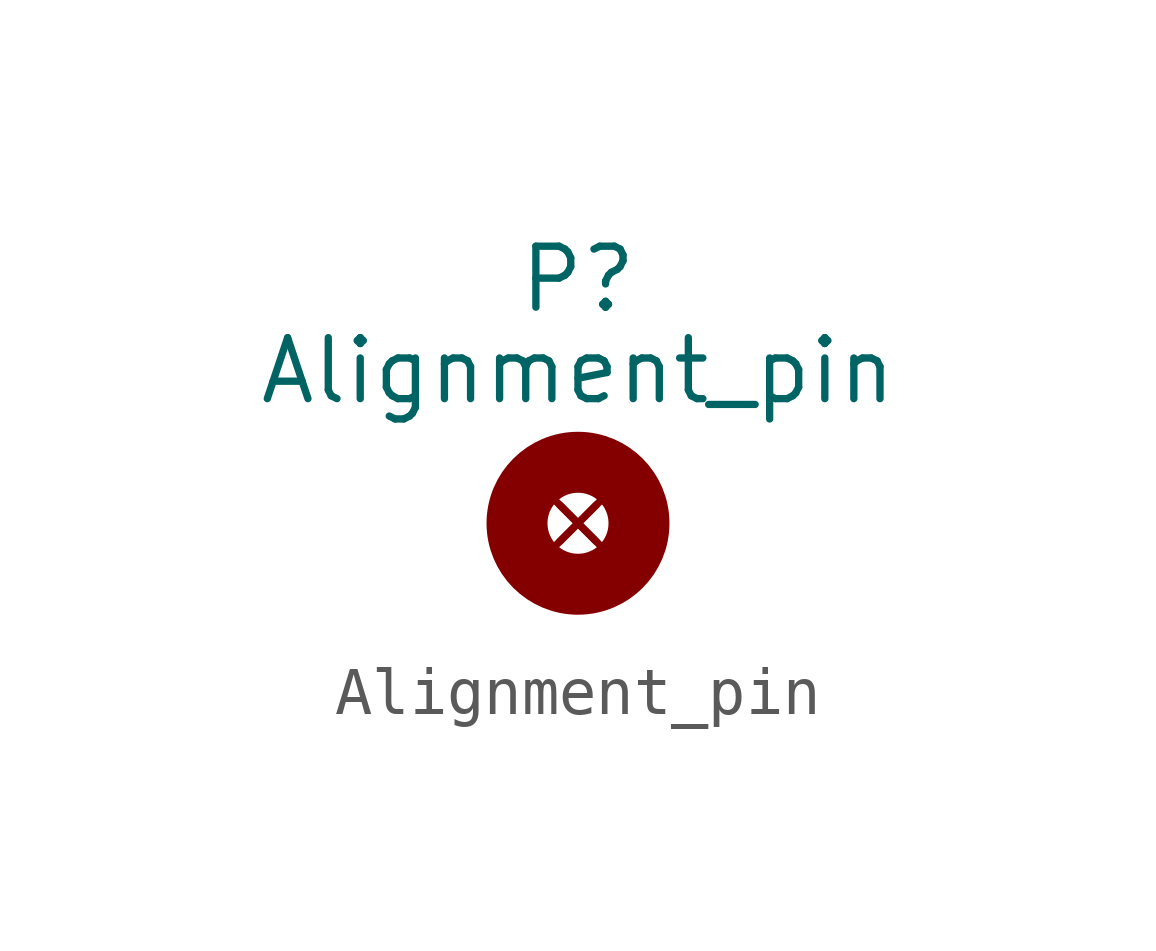
<source format=kicad_sym>
(kicad_symbol_lib
  (version 20231120)
  (generator "kicad_symbol_editor")
  (generator_version "8.0")
  (symbol "Alignment_pin"
    (pin_numbers hide)
    (pin_names
      (offset 1.016) hide)
    (property "Reference" "P"
      (at 0 6.35 0)
      (effects (font (size 1.27 1.27))))
    (property "Value" "Alignment_pin"
      (at 0 4.445 0)
      (effects (font (size 1.27 1.27))))
    (symbol "Alignment_pin_0_1"
      (circle (center 0 1.27) (radius 1.27) (stroke (width 1.27) (type default)) (fill (type none))))
    (symbol "Alignment_pin_1_1"
      (pin no_connect non_logic (at 0 1.27 180) (length 0) (name "1" (effects (font (size 1.27 1.27)))) (number "1" (effects (font (size 1.27 1.27))))))))
</source>
